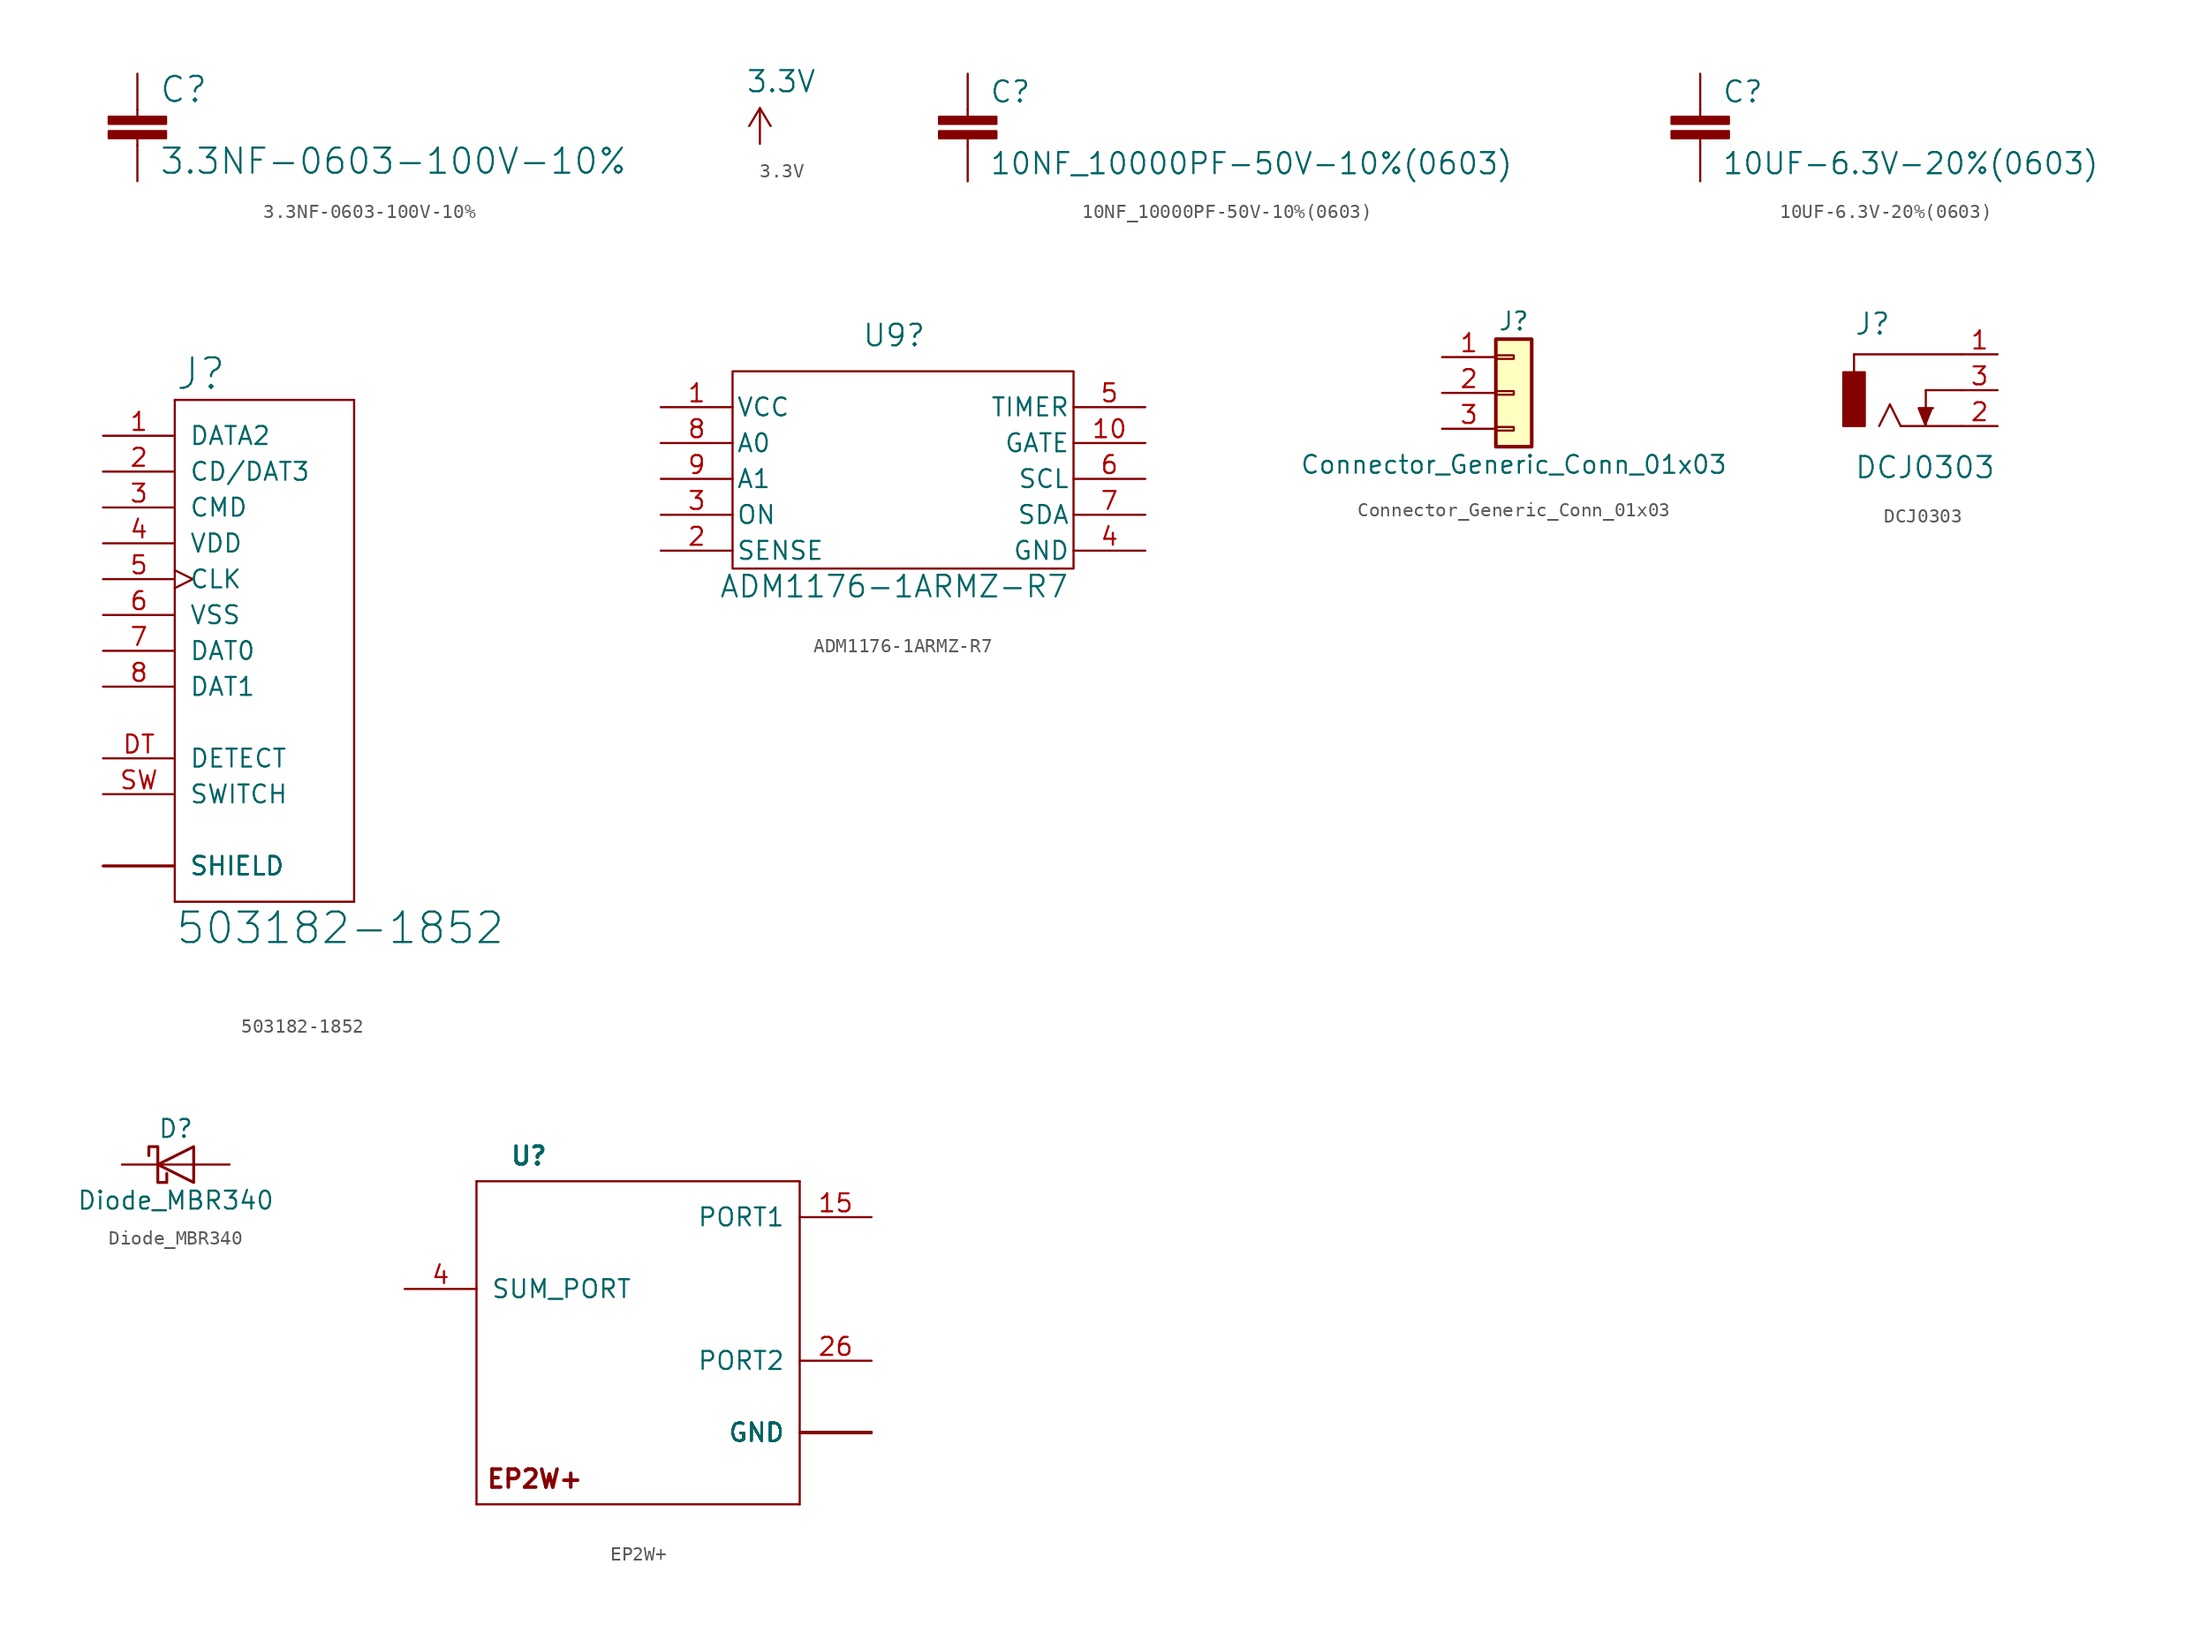
<source format=kicad_sym>
(kicad_symbol_lib
  (version 20220914)
  (generator kicad_symbol_editor)
  (symbol "3.3NF-0603-100V-10%"
    (pin_names
      (offset 1.016))
    (property "Reference" "C"
      (at 1.524 2.921 0)
      (effects (font (size 1.778 1.778)) (justify left bottom)))
    (property "Value" "3.3NF-0603-100V-10%"
      (at 1.524 -2.159 0)
      (effects (font (size 1.778 1.778)) (justify left bottom)))
    (property "ki_locked" ""
      (at 0 0 0)
      (effects (font (size 1.27 1.27))))
    (symbol "3.3NF-0603-100V-10%_1_0"
      (rectangle (start -2.032 0.508) (end 2.032 1.016) (stroke (width 0) (type default)) (fill (type outline)))
      (rectangle (start -2.032 1.524) (end 2.032 2.032) (stroke (width 0) (type default)) (fill (type outline)))
      (polyline (pts (xy 0 0) (xy 0 0.508)) (stroke (width 0) (type default)) (fill (type none)))
      (polyline (pts (xy 0 2.54) (xy 0 2.032)) (stroke (width 0) (type default)) (fill (type none)))
      (pin passive line (at 0 5.08 270) (length 2.54) (name "1" (effects (font (size 0 0)))) (number "1" (effects (font (size 0 0)))))
      (pin passive line (at 0 -2.54 90) (length 2.54) (name "2" (effects (font (size 0 0)))) (number "2" (effects (font (size 0 0)))))))
  (symbol "3.3V"
    (power)
    (pin_names
      (offset 1.016))
    (property "Reference" "#P+"
      (at 0 0 0)
      (effects (font (size 1.27 1.27)) hide))
    (property "Value" "3.3V"
      (at -1.016 3.556 0)
      (effects (font (size 1.499 1.499)) (justify left bottom)))
    (property "ki_locked" ""
      (at 0 0 0)
      (effects (font (size 1.27 1.27))))
    (symbol "3.3V_1_0"
      (polyline (pts (xy 0 2.54) (xy -0.762 1.27)) (stroke (width 0) (type default)) (fill (type none)))
      (polyline (pts (xy 0.762 1.27) (xy 0 2.54)) (stroke (width 0) (type default)) (fill (type none)))
      (pin power_in line (at 0 0 90) (length 2.54) (name "3.3V" (effects (font (size 0 0)))) (number "1" (effects (font (size 0 0)))))))
  (symbol "10NF_10000PF-50V-10%(0603)"
    (pin_names
      (offset 1.016))
    (property "Reference" "C"
      (at 1.524 2.921 0)
      (effects (font (size 1.499 1.499)) (justify left bottom)))
    (property "Value" "10NF_10000PF-50V-10%(0603)"
      (at 1.524 -2.159 0)
      (effects (font (size 1.499 1.499)) (justify left bottom)))
    (property "ki_locked" ""
      (at 0 0 0)
      (effects (font (size 1.27 1.27))))
    (symbol "10NF_10000PF-50V-10%(0603)_1_0"
      (rectangle (start -2.032 0.508) (end 2.032 1.016) (stroke (width 0) (type default)) (fill (type outline)))
      (rectangle (start -2.032 1.524) (end 2.032 2.032) (stroke (width 0) (type default)) (fill (type outline)))
      (polyline (pts (xy 0 0) (xy 0 0.508)) (stroke (width 0) (type default)) (fill (type none)))
      (polyline (pts (xy 0 2.54) (xy 0 2.032)) (stroke (width 0) (type default)) (fill (type none)))
      (pin passive line (at 0 5.08 270) (length 2.54) (name "1" (effects (font (size 0 0)))) (number "1" (effects (font (size 0 0)))))
      (pin passive line (at 0 -2.54 90) (length 2.54) (name "2" (effects (font (size 0 0)))) (number "2" (effects (font (size 0 0)))))))
  (symbol "10UF-6.3V-20%(0603)"
    (pin_names
      (offset 1.016))
    (property "Reference" "C"
      (at 1.524 2.921 0)
      (effects (font (size 1.499 1.499)) (justify left bottom)))
    (property "Value" "10UF-6.3V-20%(0603)"
      (at 1.524 -2.159 0)
      (effects (font (size 1.499 1.499)) (justify left bottom)))
    (property "ki_locked" ""
      (at 0 0 0)
      (effects (font (size 1.27 1.27))))
    (symbol "10UF-6.3V-20%(0603)_1_0"
      (rectangle (start -2.032 0.508) (end 2.032 1.016) (stroke (width 0) (type default)) (fill (type outline)))
      (rectangle (start -2.032 1.524) (end 2.032 2.032) (stroke (width 0) (type default)) (fill (type outline)))
      (polyline (pts (xy 0 0) (xy 0 0.508)) (stroke (width 0) (type default)) (fill (type none)))
      (polyline (pts (xy 0 2.54) (xy 0 2.032)) (stroke (width 0) (type default)) (fill (type none)))
      (pin passive line (at 0 5.08 270) (length 2.54) (name "1" (effects (font (size 0 0)))) (number "1" (effects (font (size 0 0)))))
      (pin passive line (at 0 -2.54 90) (length 2.54) (name "2" (effects (font (size 0 0)))) (number "2" (effects (font (size 0 0)))))))
  (symbol "503182-1852"
    (pin_names
      (offset 1.016))
    (property "Reference" "J"
      (at 0 18.364 0)
      (effects (font (size 2.159 2.159)) (justify left bottom)))
    (property "Value" "503182-1852"
      (at 0 -20.904 0)
      (effects (font (size 2.159 2.159)) (justify left bottom)))
    (property "ki_locked" ""
      (at 0 0 0)
      (effects (font (size 1.27 1.27))))
    (symbol "503182-1852_1_0"
      (polyline (pts (xy 0 -17.78) (xy 12.7 -17.78)) (stroke (width 0) (type default)) (fill (type none)))
      (polyline (pts (xy 0 17.78) (xy 0 -17.78)) (stroke (width 0) (type default)) (fill (type none)))
      (polyline (pts (xy 12.7 -17.78) (xy 12.7 17.78)) (stroke (width 0) (type default)) (fill (type none)))
      (polyline (pts (xy 12.7 17.78) (xy 0 17.78)) (stroke (width 0) (type default)) (fill (type none)))
      (pin bidirectional line (at -5.08 15.24 0) (length 5.08) (name "DATA2" (effects (font (size 1.27 1.27)))) (number "1" (effects (font (size 1.27 1.27)))))
      (pin bidirectional line (at -5.08 12.7 0) (length 5.08) (name "CD/DAT3" (effects (font (size 1.27 1.27)))) (number "2" (effects (font (size 1.27 1.27)))))
      (pin bidirectional line (at -5.08 10.16 0) (length 5.08) (name "CMD" (effects (font (size 1.27 1.27)))) (number "3" (effects (font (size 1.27 1.27)))))
      (pin power_in line (at -5.08 7.62 0) (length 5.08) (name "VDD" (effects (font (size 1.27 1.27)))) (number "4" (effects (font (size 1.27 1.27)))))
      (pin bidirectional clock (at -5.08 5.08 0) (length 5.08) (name "CLK" (effects (font (size 1.27 1.27)))) (number "5" (effects (font (size 1.27 1.27)))))
      (pin power_in line (at -5.08 2.54 0) (length 5.08) (name "VSS" (effects (font (size 1.27 1.27)))) (number "6" (effects (font (size 1.27 1.27)))))
      (pin bidirectional line (at -5.08 0 0) (length 5.08) (name "DAT0" (effects (font (size 1.27 1.27)))) (number "7" (effects (font (size 1.27 1.27)))))
      (pin bidirectional line (at -5.08 -2.54 0) (length 5.08) (name "DAT1" (effects (font (size 1.27 1.27)))) (number "8" (effects (font (size 1.27 1.27)))))
      (pin bidirectional line (at -5.08 -7.62 0) (length 5.08) (name "DETECT" (effects (font (size 1.27 1.27)))) (number "DT" (effects (font (size 1.27 1.27)))))
      (pin passive line (at -5.08 -15.24 0) (length 5.08) (name "SHIELD" (effects (font (size 1.27 1.27)))) (number "P1" (effects (font (size 0 0)))))
      (pin passive line (at -5.08 -15.24 0) (length 5.08) (name "SHIELD" (effects (font (size 1.27 1.27)))) (number "P2" (effects (font (size 0 0)))))
      (pin passive line (at -5.08 -15.24 0) (length 5.08) (name "SHIELD" (effects (font (size 1.27 1.27)))) (number "P3" (effects (font (size 0 0)))))
      (pin passive line (at -5.08 -15.24 0) (length 5.08) (name "SHIELD" (effects (font (size 1.27 1.27)))) (number "P4" (effects (font (size 0 0)))))
      (pin passive line (at -5.08 -15.24 0) (length 5.08) (name "SHIELD" (effects (font (size 1.27 1.27)))) (number "P5" (effects (font (size 0 0)))))
      (pin bidirectional line (at -5.08 -10.16 0) (length 5.08) (name "SWITCH" (effects (font (size 1.27 1.27)))) (number "SW" (effects (font (size 1.27 1.27)))))))
  (symbol "ADM1176-1ARMZ-R7"
    (pin_names
      (offset 0.254))
    (property "Reference" "U9"
      (at 19.05 -8.89 0)
      (effects (font (size 1.524 1.524))))
    (property "Value" "ADM1176-1ARMZ-R7"
      (at 19.05 -26.67 0)
      (effects (font (size 1.524 1.524))))
    (symbol "ADM1176-1ARMZ-R7_0_1"
      (rectangle (start 7.62 -11.43) (end 31.75 -25.4) (stroke (width 0) (type default)) (fill (type none))))
    (symbol "ADM1176-1ARMZ-R7_1_0"
      (pin unspecified line (at 2.54 -13.97 0) (length 5.08) (name "VCC" (effects (font (size 1.27 1.27)))) (number "1" (effects (font (size 1.27 1.27)))))
      (pin unspecified line (at 36.83 -16.51 180) (length 5.08) (name "GATE" (effects (font (size 1.27 1.27)))) (number "10" (effects (font (size 1.27 1.27)))))
      (pin unspecified line (at 2.54 -24.13 0) (length 5.08) (name "SENSE" (effects (font (size 1.27 1.27)))) (number "2" (effects (font (size 1.27 1.27)))))
      (pin unspecified line (at 2.54 -21.59 0) (length 5.08) (name "ON" (effects (font (size 1.27 1.27)))) (number "3" (effects (font (size 1.27 1.27)))))
      (pin unspecified line (at 36.83 -24.13 180) (length 5.08) (name "GND" (effects (font (size 1.27 1.27)))) (number "4" (effects (font (size 1.27 1.27)))))
      (pin unspecified line (at 36.83 -13.97 180) (length 5.08) (name "TIMER" (effects (font (size 1.27 1.27)))) (number "5" (effects (font (size 1.27 1.27)))))
      (pin unspecified line (at 36.83 -19.05 180) (length 5.08) (name "SCL" (effects (font (size 1.27 1.27)))) (number "6" (effects (font (size 1.27 1.27)))))
      (pin unspecified line (at 36.83 -21.59 180) (length 5.08) (name "SDA" (effects (font (size 1.27 1.27)))) (number "7" (effects (font (size 1.27 1.27)))))
      (pin unspecified line (at 2.54 -16.51 0) (length 5.08) (name "A0" (effects (font (size 1.27 1.27)))) (number "8" (effects (font (size 1.27 1.27)))))
      (pin unspecified line (at 2.54 -19.05 0) (length 5.08) (name "A1" (effects (font (size 1.27 1.27)))) (number "9" (effects (font (size 1.27 1.27)))))))
  (symbol "Connector_Generic_Conn_01x03"
    (pin_names
      (offset 1.016) hide)
    (property "Reference" "J"
      (at 0 5.08 0)
      (effects (font (size 1.27 1.27))))
    (property "Value" "Connector_Generic_Conn_01x03"
      (at 0 -5.08 0)
      (effects (font (size 1.27 1.27))))
    (symbol "Connector_Generic_Conn_01x03_1_1"
      (rectangle (start -1.27 -2.413) (end 0 -2.667) (stroke (width 0.152) (type default)) (fill (type none)))
      (rectangle (start -1.27 0.127) (end 0 -0.127) (stroke (width 0.152) (type default)) (fill (type none)))
      (rectangle (start -1.27 2.667) (end 0 2.413) (stroke (width 0.152) (type default)) (fill (type none)))
      (rectangle (start -1.27 3.81) (end 1.27 -3.81) (stroke (width 0.254) (type default)) (fill (type background)))
      (pin passive line (at -5.08 2.54 0) (length 3.81) (name "Pin_1" (effects (font (size 1.27 1.27)))) (number "1" (effects (font (size 1.27 1.27)))))
      (pin passive line (at -5.08 0 0) (length 3.81) (name "Pin_2" (effects (font (size 1.27 1.27)))) (number "2" (effects (font (size 1.27 1.27)))))
      (pin passive line (at -5.08 -2.54 0) (length 3.81) (name "Pin_3" (effects (font (size 1.27 1.27)))) (number "3" (effects (font (size 1.27 1.27)))))))
  (symbol "DCJ0303"
    (pin_names
      (offset 1.016))
    (property "Reference" "J"
      (at -2.54 3.81 0)
      (effects (font (size 1.499 1.499)) (justify left bottom)))
    (property "Value" "DCJ0303"
      (at -2.54 -6.35 0)
      (effects (font (size 1.499 1.499)) (justify left bottom)))
    (property "ki_locked" ""
      (at 0 0 0)
      (effects (font (size 1.27 1.27))))
    (symbol "DCJ0303_1_0"
      (rectangle (start -3.302 -2.54) (end -1.778 1.27) (stroke (width 0) (type default)) (fill (type outline)))
      (polyline (pts (xy -2.54 2.54) (xy -2.54 1.27)) (stroke (width 0) (type default)) (fill (type none)))
      (polyline (pts (xy 0 -1.016) (xy -0.762 -2.54)) (stroke (width 0) (type default)) (fill (type none)))
      (polyline (pts (xy 0.762 -2.54) (xy 0 -1.016)) (stroke (width 0) (type default)) (fill (type none)))
      (polyline (pts (xy 2.54 -2.54) (xy 0.762 -2.54)) (stroke (width 0) (type default)) (fill (type none)))
      (polyline (pts (xy 2.54 0) (xy 2.54 -2.54)) (stroke (width 0) (type default)) (fill (type none)))
      (polyline (pts (xy 5.08 -2.54) (xy 2.54 -2.54)) (stroke (width 0) (type default)) (fill (type none)))
      (polyline (pts (xy 5.08 0) (xy 2.54 0)) (stroke (width 0) (type default)) (fill (type none)))
      (polyline (pts (xy 5.08 2.54) (xy -2.54 2.54)) (stroke (width 0) (type default)) (fill (type none)))
      (polyline (pts (xy 2.54 -2.54) (xy 2.032 -1.27) (xy 3.048 -1.27)) (stroke (width 0) (type default)) (fill (type outline)))
      (pin passive line (at 7.62 2.54 180) (length 2.54) (name "1" (effects (font (size 0 0)))) (number "1" (effects (font (size 1.27 1.27)))))
      (pin passive line (at 7.62 -2.54 180) (length 2.54) (name "2" (effects (font (size 0 0)))) (number "2" (effects (font (size 1.27 1.27)))))
      (pin passive line (at 7.62 0 180) (length 2.54) (name "3" (effects (font (size 0 0)))) (number "3" (effects (font (size 1.27 1.27)))))))
  (symbol "Diode_MBR340"
    (pin_numbers hide)
    (pin_names
      (offset 1.016) hide)
    (property "Reference" "D"
      (at 0 2.54 0)
      (effects (font (size 1.27 1.27))))
    (property "Value" "Diode_MBR340"
      (at 0 -2.54 0)
      (effects (font (size 1.27 1.27))))
    (symbol "Diode_MBR340_0_1"
      (polyline (pts (xy 1.27 0) (xy -1.27 0)) (stroke (width 0) (type default)) (fill (type none)))
      (polyline (pts (xy 1.27 1.27) (xy 1.27 -1.27) (xy -1.27 0) (xy 1.27 1.27)) (stroke (width 0.203) (type default)) (fill (type none)))
      (polyline (pts (xy -1.905 0.635) (xy -1.905 1.27) (xy -1.27 1.27) (xy -1.27 -1.27) (xy -0.635 -1.27) (xy -0.635 -0.635)) (stroke (width 0.203) (type default)) (fill (type none))))
    (symbol "Diode_MBR340_1_1"
      (pin passive line (at -3.81 0 0) (length 2.54) (name "K" (effects (font (size 1.27 1.27)))) (number "1" (effects (font (size 1.27 1.27)))))
      (pin passive line (at 3.81 0 180) (length 2.54) (name "A" (effects (font (size 1.27 1.27)))) (number "2" (effects (font (size 1.27 1.27)))))))
  (symbol "EP2W+"
    (pin_names
      (offset 1.016))
    (property "Reference" "U"
      (at -7.62 10.16 0)
      (effects (font (size 1.27 1.27) bold) (justify right top)))
    (property "ki_locked" ""
      (at 0 0 0)
      (effects (font (size 1.27 1.27))))
    (symbol "EP2W+_1_0"
      (polyline (pts (xy -12.7 -15.24) (xy -12.7 7.62)) (stroke (width 0) (type default)) (fill (type none)))
      (polyline (pts (xy -12.7 7.62) (xy 10.16 7.62)) (stroke (width 0) (type default)) (fill (type none)))
      (polyline (pts (xy 10.16 -15.24) (xy -12.7 -15.24)) (stroke (width 0) (type default)) (fill (type none)))
      (polyline (pts (xy 10.16 7.62) (xy 10.16 -15.24)) (stroke (width 0) (type default)) (fill (type none)))
      (text "EP2W+" (at -5.08 -12.7 0) (effects (font (size 1.27 1.27) bold) (justify right top)))
      (pin bidirectional line (at 15.24 -10.16 180) (length 5.08) (name "GND" (effects (font (size 1.27 1.27)))) (number "1" (effects (font (size 0 0)))))
      (pin bidirectional line (at 15.24 -10.16 180) (length 5.08) (name "GND" (effects (font (size 1.27 1.27)))) (number "10" (effects (font (size 0 0)))))
      (pin bidirectional line (at 15.24 -10.16 180) (length 5.08) (name "GND" (effects (font (size 1.27 1.27)))) (number "11" (effects (font (size 0 0)))))
      (pin bidirectional line (at 15.24 -10.16 180) (length 5.08) (name "GND" (effects (font (size 1.27 1.27)))) (number "12" (effects (font (size 0 0)))))
      (pin bidirectional line (at 15.24 -10.16 180) (length 5.08) (name "GND" (effects (font (size 1.27 1.27)))) (number "13" (effects (font (size 0 0)))))
      (pin bidirectional line (at 15.24 -10.16 180) (length 5.08) (name "GND" (effects (font (size 1.27 1.27)))) (number "14" (effects (font (size 0 0)))))
      (pin bidirectional line (at 15.24 5.08 180) (length 5.08) (name "PORT1" (effects (font (size 1.27 1.27)))) (number "15" (effects (font (size 1.27 1.27)))))
      (pin bidirectional line (at 15.24 -10.16 180) (length 5.08) (name "GND" (effects (font (size 1.27 1.27)))) (number "16" (effects (font (size 0 0)))))
      (pin bidirectional line (at 15.24 -10.16 180) (length 5.08) (name "GND" (effects (font (size 1.27 1.27)))) (number "17" (effects (font (size 0 0)))))
      (pin bidirectional line (at 15.24 -10.16 180) (length 5.08) (name "GND" (effects (font (size 1.27 1.27)))) (number "18" (effects (font (size 0 0)))))
      (pin bidirectional line (at 15.24 -10.16 180) (length 5.08) (name "GND" (effects (font (size 1.27 1.27)))) (number "19" (effects (font (size 0 0)))))
      (pin bidirectional line (at 15.24 -10.16 180) (length 5.08) (name "GND" (effects (font (size 1.27 1.27)))) (number "2" (effects (font (size 0 0)))))
      (pin bidirectional line (at 15.24 -10.16 180) (length 5.08) (name "GND" (effects (font (size 1.27 1.27)))) (number "20" (effects (font (size 0 0)))))
      (pin bidirectional line (at 15.24 -10.16 180) (length 5.08) (name "GND" (effects (font (size 1.27 1.27)))) (number "21" (effects (font (size 0 0)))))
      (pin bidirectional line (at 15.24 -10.16 180) (length 5.08) (name "GND" (effects (font (size 1.27 1.27)))) (number "22" (effects (font (size 0 0)))))
      (pin bidirectional line (at 15.24 -10.16 180) (length 5.08) (name "GND" (effects (font (size 1.27 1.27)))) (number "23" (effects (font (size 0 0)))))
      (pin bidirectional line (at 15.24 -10.16 180) (length 5.08) (name "GND" (effects (font (size 1.27 1.27)))) (number "24" (effects (font (size 0 0)))))
      (pin bidirectional line (at 15.24 -10.16 180) (length 5.08) (name "GND" (effects (font (size 1.27 1.27)))) (number "25" (effects (font (size 0 0)))))
      (pin bidirectional line (at 15.24 -5.08 180) (length 5.08) (name "PORT2" (effects (font (size 1.27 1.27)))) (number "26" (effects (font (size 1.27 1.27)))))
      (pin bidirectional line (at 15.24 -10.16 180) (length 5.08) (name "GND" (effects (font (size 1.27 1.27)))) (number "27" (effects (font (size 0 0)))))
      (pin bidirectional line (at 15.24 -10.16 180) (length 5.08) (name "GND" (effects (font (size 1.27 1.27)))) (number "28" (effects (font (size 0 0)))))
      (pin bidirectional line (at 15.24 -10.16 180) (length 5.08) (name "GND" (effects (font (size 1.27 1.27)))) (number "29" (effects (font (size 0 0)))))
      (pin bidirectional line (at 15.24 -10.16 180) (length 5.08) (name "GND" (effects (font (size 1.27 1.27)))) (number "3" (effects (font (size 0 0)))))
      (pin bidirectional line (at 15.24 -10.16 180) (length 5.08) (name "GND" (effects (font (size 1.27 1.27)))) (number "30" (effects (font (size 0 0)))))
      (pin bidirectional line (at 15.24 -10.16 180) (length 5.08) (name "GND" (effects (font (size 1.27 1.27)))) (number "31" (effects (font (size 0 0)))))
      (pin bidirectional line (at 15.24 -10.16 180) (length 5.08) (name "GND" (effects (font (size 1.27 1.27)))) (number "32" (effects (font (size 0 0)))))
      (pin bidirectional line (at -17.78 0 0) (length 5.08) (name "SUM_PORT" (effects (font (size 1.27 1.27)))) (number "4" (effects (font (size 1.27 1.27)))))
      (pin bidirectional line (at 15.24 -10.16 180) (length 5.08) (name "GND" (effects (font (size 1.27 1.27)))) (number "5" (effects (font (size 0 0)))))
      (pin bidirectional line (at 15.24 -10.16 180) (length 5.08) (name "GND" (effects (font (size 1.27 1.27)))) (number "6" (effects (font (size 0 0)))))
      (pin bidirectional line (at 15.24 -10.16 180) (length 5.08) (name "GND" (effects (font (size 1.27 1.27)))) (number "7" (effects (font (size 0 0)))))
      (pin bidirectional line (at 15.24 -10.16 180) (length 5.08) (name "GND" (effects (font (size 1.27 1.27)))) (number "8" (effects (font (size 0 0)))))
      (pin bidirectional line (at 15.24 -10.16 180) (length 5.08) (name "GND" (effects (font (size 1.27 1.27)))) (number "9" (effects (font (size 0 0)))))
      (pin bidirectional line (at 15.24 -10.16 180) (length 5.08) (name "GND" (effects (font (size 1.27 1.27)))) (number "EP" (effects (font (size 0 0))))))))
</source>
